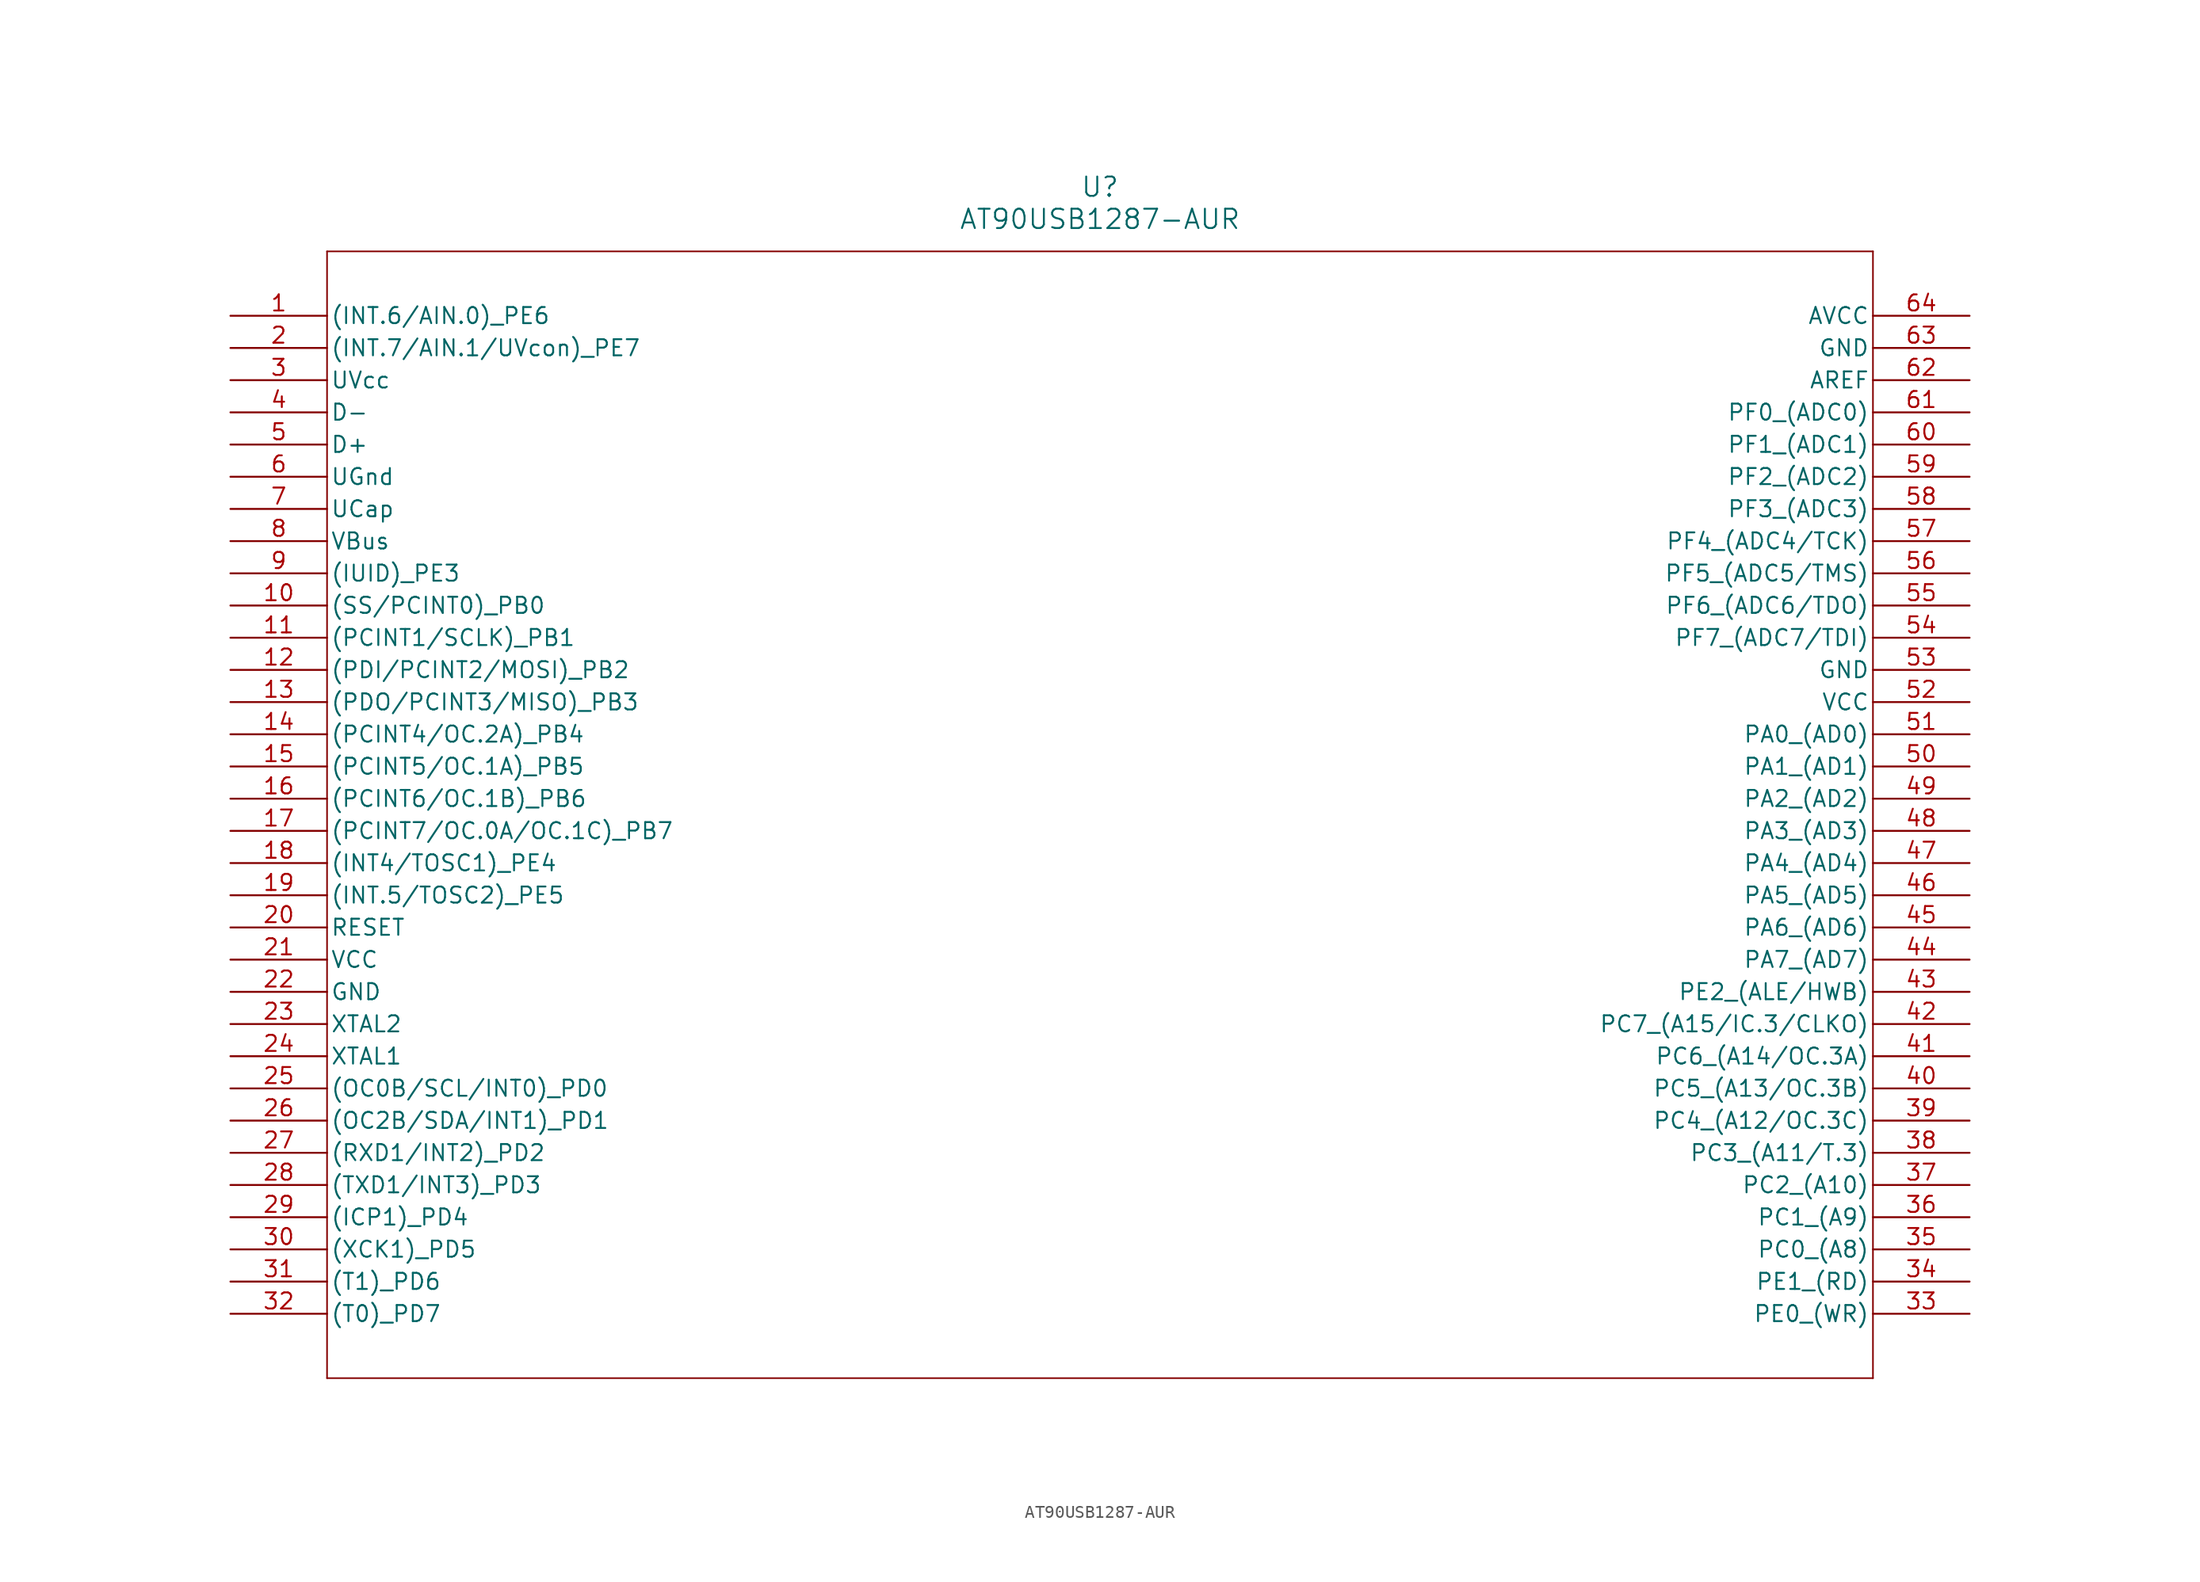
<source format=kicad_sym>
(kicad_symbol_lib
  (version 20211014)
  (generator kicad_symbol_editor)
  (symbol "AT90USB1287-AUR"
    (pin_names
      (offset 0.254))
    (property "Reference" "U"
      (at 68.58 10.16 0)
      (effects (font (size 1.524 1.524))))
    (property "Value" "AT90USB1287-AUR"
      (at 68.58 7.62 0)
      (effects (font (size 1.524 1.524))))
    (symbol "AT90USB1287-AUR_0_1"
      (polyline (pts (xy 7.62 5.08) (xy 7.62 -83.82)) (stroke (width 0.127) (type default) (color 0 0 0 0)) (fill (type none)))
      (polyline (pts (xy 7.62 -83.82) (xy 129.54 -83.82)) (stroke (width 0.127) (type default) (color 0 0 0 0)) (fill (type none)))
      (polyline (pts (xy 129.54 -83.82) (xy 129.54 5.08)) (stroke (width 0.127) (type default) (color 0 0 0 0)) (fill (type none)))
      (polyline (pts (xy 129.54 5.08) (xy 7.62 5.08)) (stroke (width 0.127) (type default) (color 0 0 0 0)) (fill (type none)))
      (pin bidirectional line (at 0 0 0) (length 7.62) (name "(INT.6/AIN.0) PE6" (effects (font (size 1.27 1.27)))) (number "1" (effects (font (size 1.27 1.27)))))
      (pin bidirectional line (at 0 -2.54 0) (length 7.62) (name "(INT.7/AIN.1/UVcon) PE7" (effects (font (size 1.27 1.27)))) (number "2" (effects (font (size 1.27 1.27)))))
      (pin bidirectional line (at 0 -5.08 0) (length 7.62) (name "UVcc" (effects (font (size 1.27 1.27)))) (number "3" (effects (font (size 1.27 1.27)))))
      (pin unspecified line (at 0 -7.62 0) (length 7.62) (name "D-" (effects (font (size 1.27 1.27)))) (number "4" (effects (font (size 1.27 1.27)))))
      (pin unspecified line (at 0 -10.16 0) (length 7.62) (name "D+" (effects (font (size 1.27 1.27)))) (number "5" (effects (font (size 1.27 1.27)))))
      (pin power_in line (at 0 -12.7 0) (length 7.62) (name "UGnd" (effects (font (size 1.27 1.27)))) (number "6" (effects (font (size 1.27 1.27)))))
      (pin power_in line (at 0 -15.24 0) (length 7.62) (name "UCap" (effects (font (size 1.27 1.27)))) (number "7" (effects (font (size 1.27 1.27)))))
      (pin power_in line (at 0 -17.78 0) (length 7.62) (name "VBus" (effects (font (size 1.27 1.27)))) (number "8" (effects (font (size 1.27 1.27)))))
      (pin bidirectional line (at 0 -20.32 0) (length 7.62) (name "(IUID) PE3" (effects (font (size 1.27 1.27)))) (number "9" (effects (font (size 1.27 1.27)))))
      (pin bidirectional line (at 0 -22.86 0) (length 7.62) (name "(SS/PCINT0) PB0" (effects (font (size 1.27 1.27)))) (number "10" (effects (font (size 1.27 1.27)))))
      (pin bidirectional line (at 0 -25.4 0) (length 7.62) (name "(PCINT1/SCLK) PB1" (effects (font (size 1.27 1.27)))) (number "11" (effects (font (size 1.27 1.27)))))
      (pin bidirectional line (at 0 -27.94 0) (length 7.62) (name "(PDI/PCINT2/MOSI) PB2" (effects (font (size 1.27 1.27)))) (number "12" (effects (font (size 1.27 1.27)))))
      (pin bidirectional line (at 0 -30.48 0) (length 7.62) (name "(PDO/PCINT3/MISO) PB3" (effects (font (size 1.27 1.27)))) (number "13" (effects (font (size 1.27 1.27)))))
      (pin bidirectional line (at 0 -33.02 0) (length 7.62) (name "(PCINT4/OC.2A) PB4" (effects (font (size 1.27 1.27)))) (number "14" (effects (font (size 1.27 1.27)))))
      (pin bidirectional line (at 0 -35.56 0) (length 7.62) (name "(PCINT5/OC.1A) PB5" (effects (font (size 1.27 1.27)))) (number "15" (effects (font (size 1.27 1.27)))))
      (pin bidirectional line (at 0 -38.1 0) (length 7.62) (name "(PCINT6/OC.1B) PB6" (effects (font (size 1.27 1.27)))) (number "16" (effects (font (size 1.27 1.27)))))
      (pin bidirectional line (at 0 -40.64 0) (length 7.62) (name "(PCINT7/OC.0A/OC.1C) PB7" (effects (font (size 1.27 1.27)))) (number "17" (effects (font (size 1.27 1.27)))))
      (pin bidirectional line (at 0 -43.18 0) (length 7.62) (name "(INT4/TOSC1) PE4" (effects (font (size 1.27 1.27)))) (number "18" (effects (font (size 1.27 1.27)))))
      (pin bidirectional line (at 0 -45.72 0) (length 7.62) (name "(INT.5/TOSC2) PE5" (effects (font (size 1.27 1.27)))) (number "19" (effects (font (size 1.27 1.27)))))
      (pin input line (at 0 -48.26 0) (length 7.62) (name "RESET" (effects (font (size 1.27 1.27)))) (number "20" (effects (font (size 1.27 1.27)))))
      (pin power_in line (at 0 -50.8 0) (length 7.62) (name "VCC" (effects (font (size 1.27 1.27)))) (number "21" (effects (font (size 1.27 1.27)))))
      (pin power_in line (at 0 -53.34 0) (length 7.62) (name "GND" (effects (font (size 1.27 1.27)))) (number "22" (effects (font (size 1.27 1.27)))))
      (pin output line (at 0 -55.88 0) (length 7.62) (name "XTAL2" (effects (font (size 1.27 1.27)))) (number "23" (effects (font (size 1.27 1.27)))))
      (pin input line (at 0 -58.42 0) (length 7.62) (name "XTAL1" (effects (font (size 1.27 1.27)))) (number "24" (effects (font (size 1.27 1.27)))))
      (pin bidirectional line (at 0 -60.96 0) (length 7.62) (name "(OC0B/SCL/INT0) PD0" (effects (font (size 1.27 1.27)))) (number "25" (effects (font (size 1.27 1.27)))))
      (pin bidirectional line (at 0 -63.5 0) (length 7.62) (name "(OC2B/SDA/INT1) PD1" (effects (font (size 1.27 1.27)))) (number "26" (effects (font (size 1.27 1.27)))))
      (pin bidirectional line (at 0 -66.04 0) (length 7.62) (name "(RXD1/INT2) PD2" (effects (font (size 1.27 1.27)))) (number "27" (effects (font (size 1.27 1.27)))))
      (pin bidirectional line (at 0 -68.58 0) (length 7.62) (name "(TXD1/INT3) PD3" (effects (font (size 1.27 1.27)))) (number "28" (effects (font (size 1.27 1.27)))))
      (pin bidirectional line (at 0 -71.12 0) (length 7.62) (name "(ICP1) PD4" (effects (font (size 1.27 1.27)))) (number "29" (effects (font (size 1.27 1.27)))))
      (pin bidirectional line (at 0 -73.66 0) (length 7.62) (name "(XCK1) PD5" (effects (font (size 1.27 1.27)))) (number "30" (effects (font (size 1.27 1.27)))))
      (pin bidirectional line (at 0 -76.2 0) (length 7.62) (name "(T1) PD6" (effects (font (size 1.27 1.27)))) (number "31" (effects (font (size 1.27 1.27)))))
      (pin bidirectional line (at 0 -78.74 0) (length 7.62) (name "(T0) PD7" (effects (font (size 1.27 1.27)))) (number "32" (effects (font (size 1.27 1.27)))))
      (pin bidirectional line (at 137.16 -78.74 180) (length 7.62) (name "PE0 (WR)" (effects (font (size 1.27 1.27)))) (number "33" (effects (font (size 1.27 1.27)))))
      (pin bidirectional line (at 137.16 -76.2 180) (length 7.62) (name "PE1 (RD)" (effects (font (size 1.27 1.27)))) (number "34" (effects (font (size 1.27 1.27)))))
      (pin bidirectional line (at 137.16 -73.66 180) (length 7.62) (name "PC0 (A8)" (effects (font (size 1.27 1.27)))) (number "35" (effects (font (size 1.27 1.27)))))
      (pin bidirectional line (at 137.16 -71.12 180) (length 7.62) (name "PC1 (A9)" (effects (font (size 1.27 1.27)))) (number "36" (effects (font (size 1.27 1.27)))))
      (pin bidirectional line (at 137.16 -68.58 180) (length 7.62) (name "PC2 (A10)" (effects (font (size 1.27 1.27)))) (number "37" (effects (font (size 1.27 1.27)))))
      (pin bidirectional line (at 137.16 -66.04 180) (length 7.62) (name "PC3 (A11/T.3)" (effects (font (size 1.27 1.27)))) (number "38" (effects (font (size 1.27 1.27)))))
      (pin bidirectional line (at 137.16 -63.5 180) (length 7.62) (name "PC4 (A12/OC.3C)" (effects (font (size 1.27 1.27)))) (number "39" (effects (font (size 1.27 1.27)))))
      (pin bidirectional line (at 137.16 -60.96 180) (length 7.62) (name "PC5 (A13/OC.3B)" (effects (font (size 1.27 1.27)))) (number "40" (effects (font (size 1.27 1.27)))))
      (pin bidirectional line (at 137.16 -58.42 180) (length 7.62) (name "PC6 (A14/OC.3A)" (effects (font (size 1.27 1.27)))) (number "41" (effects (font (size 1.27 1.27)))))
      (pin bidirectional line (at 137.16 -55.88 180) (length 7.62) (name "PC7 (A15/IC.3/CLKO)" (effects (font (size 1.27 1.27)))) (number "42" (effects (font (size 1.27 1.27)))))
      (pin bidirectional line (at 137.16 -53.34 180) (length 7.62) (name "PE2 (ALE/HWB)" (effects (font (size 1.27 1.27)))) (number "43" (effects (font (size 1.27 1.27)))))
      (pin bidirectional line (at 137.16 -50.8 180) (length 7.62) (name "PA7 (AD7)" (effects (font (size 1.27 1.27)))) (number "44" (effects (font (size 1.27 1.27)))))
      (pin bidirectional line (at 137.16 -48.26 180) (length 7.62) (name "PA6 (AD6)" (effects (font (size 1.27 1.27)))) (number "45" (effects (font (size 1.27 1.27)))))
      (pin bidirectional line (at 137.16 -45.72 180) (length 7.62) (name "PA5 (AD5)" (effects (font (size 1.27 1.27)))) (number "46" (effects (font (size 1.27 1.27)))))
      (pin bidirectional line (at 137.16 -43.18 180) (length 7.62) (name "PA4 (AD4)" (effects (font (size 1.27 1.27)))) (number "47" (effects (font (size 1.27 1.27)))))
      (pin bidirectional line (at 137.16 -40.64 180) (length 7.62) (name "PA3 (AD3)" (effects (font (size 1.27 1.27)))) (number "48" (effects (font (size 1.27 1.27)))))
      (pin bidirectional line (at 137.16 -38.1 180) (length 7.62) (name "PA2 (AD2)" (effects (font (size 1.27 1.27)))) (number "49" (effects (font (size 1.27 1.27)))))
      (pin bidirectional line (at 137.16 -35.56 180) (length 7.62) (name "PA1 (AD1)" (effects (font (size 1.27 1.27)))) (number "50" (effects (font (size 1.27 1.27)))))
      (pin bidirectional line (at 137.16 -33.02 180) (length 7.62) (name "PA0 (AD0)" (effects (font (size 1.27 1.27)))) (number "51" (effects (font (size 1.27 1.27)))))
      (pin power_in line (at 137.16 -30.48 180) (length 7.62) (name "VCC" (effects (font (size 1.27 1.27)))) (number "52" (effects (font (size 1.27 1.27)))))
      (pin power_in line (at 137.16 -27.94 180) (length 7.62) (name "GND" (effects (font (size 1.27 1.27)))) (number "53" (effects (font (size 1.27 1.27)))))
      (pin bidirectional line (at 137.16 -25.4 180) (length 7.62) (name "PF7 (ADC7/TDI)" (effects (font (size 1.27 1.27)))) (number "54" (effects (font (size 1.27 1.27)))))
      (pin bidirectional line (at 137.16 -22.86 180) (length 7.62) (name "PF6 (ADC6/TDO)" (effects (font (size 1.27 1.27)))) (number "55" (effects (font (size 1.27 1.27)))))
      (pin bidirectional line (at 137.16 -20.32 180) (length 7.62) (name "PF5 (ADC5/TMS)" (effects (font (size 1.27 1.27)))) (number "56" (effects (font (size 1.27 1.27)))))
      (pin bidirectional line (at 137.16 -17.78 180) (length 7.62) (name "PF4 (ADC4/TCK)" (effects (font (size 1.27 1.27)))) (number "57" (effects (font (size 1.27 1.27)))))
      (pin bidirectional line (at 137.16 -15.24 180) (length 7.62) (name "PF3 (ADC3)" (effects (font (size 1.27 1.27)))) (number "58" (effects (font (size 1.27 1.27)))))
      (pin bidirectional line (at 137.16 -12.7 180) (length 7.62) (name "PF2 (ADC2)" (effects (font (size 1.27 1.27)))) (number "59" (effects (font (size 1.27 1.27)))))
      (pin bidirectional line (at 137.16 -10.16 180) (length 7.62) (name "PF1 (ADC1)" (effects (font (size 1.27 1.27)))) (number "60" (effects (font (size 1.27 1.27)))))
      (pin bidirectional line (at 137.16 -7.62 180) (length 7.62) (name "PF0 (ADC0)" (effects (font (size 1.27 1.27)))) (number "61" (effects (font (size 1.27 1.27)))))
      (pin unspecified line (at 137.16 -5.08 180) (length 7.62) (name "AREF" (effects (font (size 1.27 1.27)))) (number "62" (effects (font (size 1.27 1.27)))))
      (pin power_in line (at 137.16 -2.54 180) (length 7.62) (name "GND" (effects (font (size 1.27 1.27)))) (number "63" (effects (font (size 1.27 1.27)))))
      (pin power_in line (at 137.16 0 180) (length 7.62) (name "AVCC" (effects (font (size 1.27 1.27)))) (number "64" (effects (font (size 1.27 1.27))))))))
</source>
